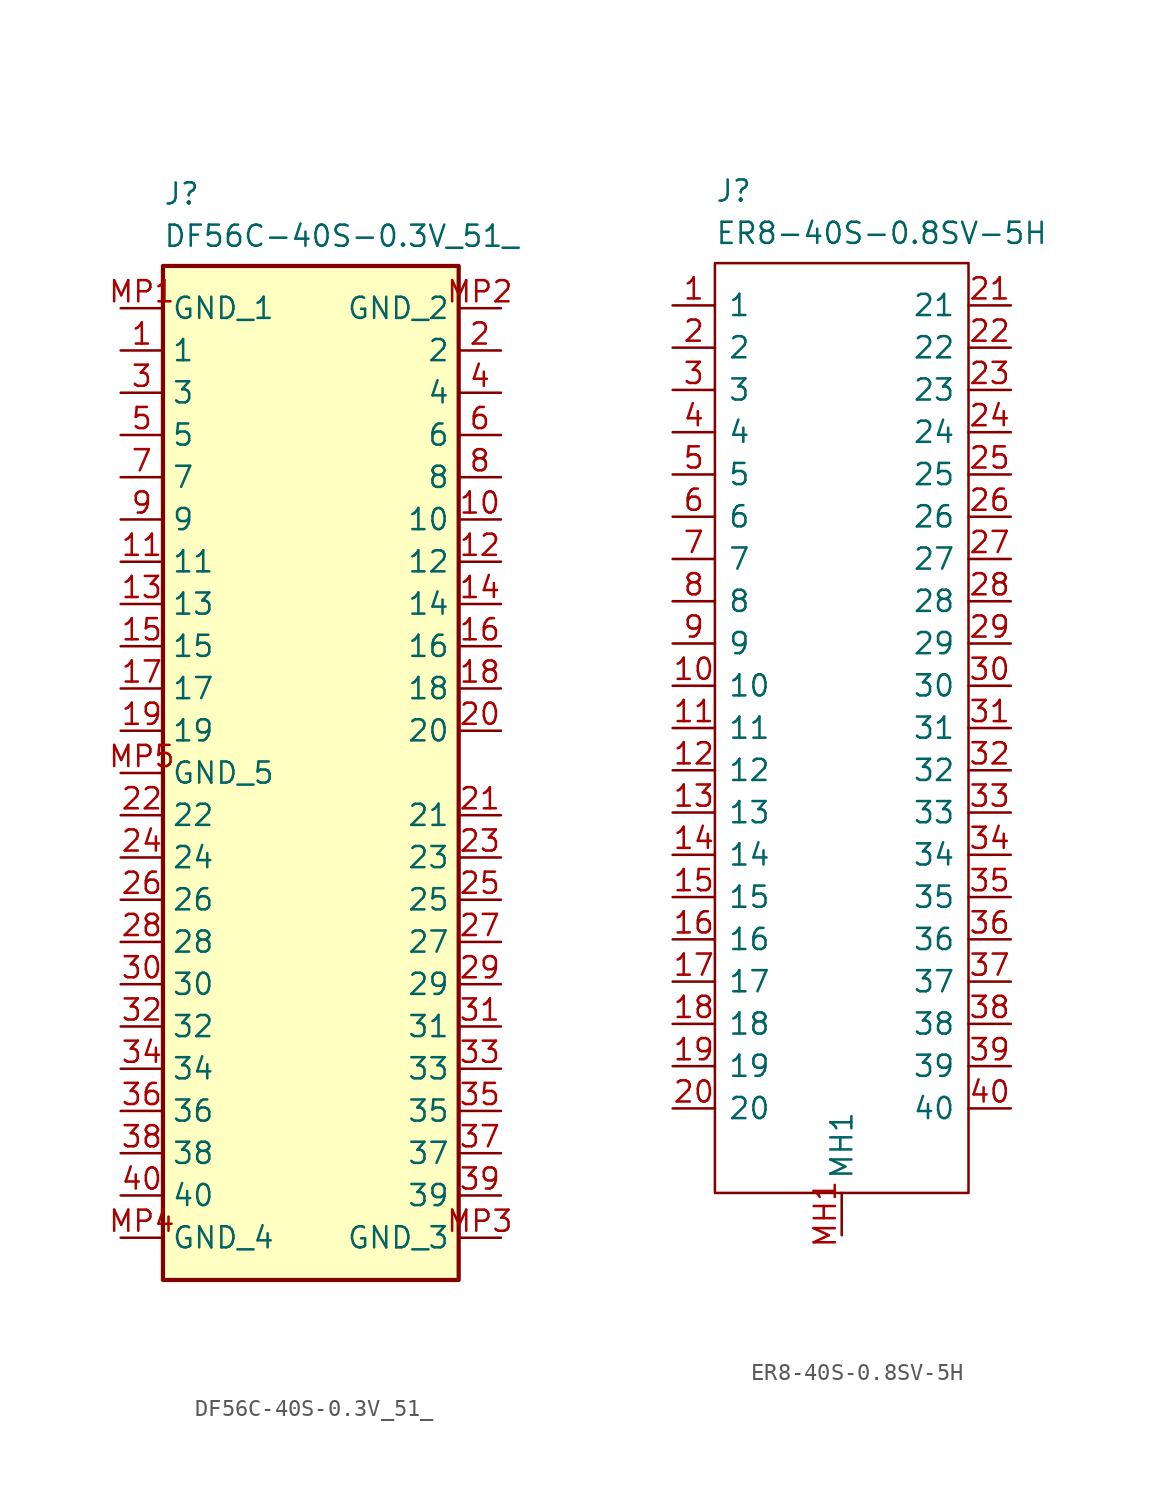
<source format=kicad_sym>
(kicad_symbol_lib
  (version 20241209)
  (generator "kicad_symbol_editor")
  (generator_version "9.0")
  (symbol "DF56C-40S-0.3V_51_"
    (property "Reference" "J"
      (at 2.54 7.62 0)
      (effects (font (size 1.27 1.27)) (justify left top)))
    (property "Value" "DF56C-40S-0.3V_51_"
      (at 2.54 5.08 0)
      (effects (font (size 1.27 1.27)) (justify left top)))
    (symbol "DF56C-40S-0.3V_51__1_1"
      (rectangle (start 2.54 2.54) (end 20.32 -58.42) (stroke (width 0.254) (type default)) (fill (type background)))
      (pin passive line (at 0 0 0) (length 2.54) (name "GND_1" (effects (font (size 1.27 1.27)))) (number "MP1" (effects (font (size 1.27 1.27)))))
      (pin passive line (at 0 -2.54 0) (length 2.54) (name "1" (effects (font (size 1.27 1.27)))) (number "1" (effects (font (size 1.27 1.27)))))
      (pin passive line (at 0 -5.08 0) (length 2.54) (name "3" (effects (font (size 1.27 1.27)))) (number "3" (effects (font (size 1.27 1.27)))))
      (pin passive line (at 0 -7.62 0) (length 2.54) (name "5" (effects (font (size 1.27 1.27)))) (number "5" (effects (font (size 1.27 1.27)))))
      (pin passive line (at 0 -10.16 0) (length 2.54) (name "7" (effects (font (size 1.27 1.27)))) (number "7" (effects (font (size 1.27 1.27)))))
      (pin passive line (at 0 -12.7 0) (length 2.54) (name "9" (effects (font (size 1.27 1.27)))) (number "9" (effects (font (size 1.27 1.27)))))
      (pin passive line (at 0 -15.24 0) (length 2.54) (name "11" (effects (font (size 1.27 1.27)))) (number "11" (effects (font (size 1.27 1.27)))))
      (pin passive line (at 0 -17.78 0) (length 2.54) (name "13" (effects (font (size 1.27 1.27)))) (number "13" (effects (font (size 1.27 1.27)))))
      (pin passive line (at 0 -20.32 0) (length 2.54) (name "15" (effects (font (size 1.27 1.27)))) (number "15" (effects (font (size 1.27 1.27)))))
      (pin passive line (at 0 -22.86 0) (length 2.54) (name "17" (effects (font (size 1.27 1.27)))) (number "17" (effects (font (size 1.27 1.27)))))
      (pin passive line (at 0 -25.4 0) (length 2.54) (name "19" (effects (font (size 1.27 1.27)))) (number "19" (effects (font (size 1.27 1.27)))))
      (pin passive line (at 0 -27.94 0) (length 2.54) (name "GND_5" (effects (font (size 1.27 1.27)))) (number "MP5" (effects (font (size 1.27 1.27)))))
      (pin passive line (at 0 -30.48 0) (length 2.54) (name "22" (effects (font (size 1.27 1.27)))) (number "22" (effects (font (size 1.27 1.27)))))
      (pin passive line (at 0 -33.02 0) (length 2.54) (name "24" (effects (font (size 1.27 1.27)))) (number "24" (effects (font (size 1.27 1.27)))))
      (pin passive line (at 0 -35.56 0) (length 2.54) (name "26" (effects (font (size 1.27 1.27)))) (number "26" (effects (font (size 1.27 1.27)))))
      (pin passive line (at 0 -38.1 0) (length 2.54) (name "28" (effects (font (size 1.27 1.27)))) (number "28" (effects (font (size 1.27 1.27)))))
      (pin passive line (at 0 -40.64 0) (length 2.54) (name "30" (effects (font (size 1.27 1.27)))) (number "30" (effects (font (size 1.27 1.27)))))
      (pin passive line (at 0 -43.18 0) (length 2.54) (name "32" (effects (font (size 1.27 1.27)))) (number "32" (effects (font (size 1.27 1.27)))))
      (pin passive line (at 0 -45.72 0) (length 2.54) (name "34" (effects (font (size 1.27 1.27)))) (number "34" (effects (font (size 1.27 1.27)))))
      (pin passive line (at 0 -48.26 0) (length 2.54) (name "36" (effects (font (size 1.27 1.27)))) (number "36" (effects (font (size 1.27 1.27)))))
      (pin passive line (at 0 -50.8 0) (length 2.54) (name "38" (effects (font (size 1.27 1.27)))) (number "38" (effects (font (size 1.27 1.27)))))
      (pin passive line (at 0 -53.34 0) (length 2.54) (name "40" (effects (font (size 1.27 1.27)))) (number "40" (effects (font (size 1.27 1.27)))))
      (pin passive line (at 0 -55.88 0) (length 2.54) (name "GND_4" (effects (font (size 1.27 1.27)))) (number "MP4" (effects (font (size 1.27 1.27)))))
      (pin passive line (at 22.86 0 180) (length 2.54) (name "GND_2" (effects (font (size 1.27 1.27)))) (number "MP2" (effects (font (size 1.27 1.27)))))
      (pin passive line (at 22.86 -2.54 180) (length 2.54) (name "2" (effects (font (size 1.27 1.27)))) (number "2" (effects (font (size 1.27 1.27)))))
      (pin passive line (at 22.86 -5.08 180) (length 2.54) (name "4" (effects (font (size 1.27 1.27)))) (number "4" (effects (font (size 1.27 1.27)))))
      (pin passive line (at 22.86 -7.62 180) (length 2.54) (name "6" (effects (font (size 1.27 1.27)))) (number "6" (effects (font (size 1.27 1.27)))))
      (pin passive line (at 22.86 -10.16 180) (length 2.54) (name "8" (effects (font (size 1.27 1.27)))) (number "8" (effects (font (size 1.27 1.27)))))
      (pin passive line (at 22.86 -12.7 180) (length 2.54) (name "10" (effects (font (size 1.27 1.27)))) (number "10" (effects (font (size 1.27 1.27)))))
      (pin passive line (at 22.86 -15.24 180) (length 2.54) (name "12" (effects (font (size 1.27 1.27)))) (number "12" (effects (font (size 1.27 1.27)))))
      (pin passive line (at 22.86 -17.78 180) (length 2.54) (name "14" (effects (font (size 1.27 1.27)))) (number "14" (effects (font (size 1.27 1.27)))))
      (pin passive line (at 22.86 -20.32 180) (length 2.54) (name "16" (effects (font (size 1.27 1.27)))) (number "16" (effects (font (size 1.27 1.27)))))
      (pin passive line (at 22.86 -22.86 180) (length 2.54) (name "18" (effects (font (size 1.27 1.27)))) (number "18" (effects (font (size 1.27 1.27)))))
      (pin passive line (at 22.86 -25.4 180) (length 2.54) (name "20" (effects (font (size 1.27 1.27)))) (number "20" (effects (font (size 1.27 1.27)))))
      (pin passive line (at 22.86 -30.48 180) (length 2.54) (name "21" (effects (font (size 1.27 1.27)))) (number "21" (effects (font (size 1.27 1.27)))))
      (pin passive line (at 22.86 -33.02 180) (length 2.54) (name "23" (effects (font (size 1.27 1.27)))) (number "23" (effects (font (size 1.27 1.27)))))
      (pin passive line (at 22.86 -35.56 180) (length 2.54) (name "25" (effects (font (size 1.27 1.27)))) (number "25" (effects (font (size 1.27 1.27)))))
      (pin passive line (at 22.86 -38.1 180) (length 2.54) (name "27" (effects (font (size 1.27 1.27)))) (number "27" (effects (font (size 1.27 1.27)))))
      (pin passive line (at 22.86 -40.64 180) (length 2.54) (name "29" (effects (font (size 1.27 1.27)))) (number "29" (effects (font (size 1.27 1.27)))))
      (pin passive line (at 22.86 -43.18 180) (length 2.54) (name "31" (effects (font (size 1.27 1.27)))) (number "31" (effects (font (size 1.27 1.27)))))
      (pin passive line (at 22.86 -45.72 180) (length 2.54) (name "33" (effects (font (size 1.27 1.27)))) (number "33" (effects (font (size 1.27 1.27)))))
      (pin passive line (at 22.86 -48.26 180) (length 2.54) (name "35" (effects (font (size 1.27 1.27)))) (number "35" (effects (font (size 1.27 1.27)))))
      (pin passive line (at 22.86 -50.8 180) (length 2.54) (name "37" (effects (font (size 1.27 1.27)))) (number "37" (effects (font (size 1.27 1.27)))))
      (pin passive line (at 22.86 -53.34 180) (length 2.54) (name "39" (effects (font (size 1.27 1.27)))) (number "39" (effects (font (size 1.27 1.27)))))
      (pin passive line (at 22.86 -55.88 180) (length 2.54) (name "GND_3" (effects (font (size 1.27 1.27)))) (number "MP3" (effects (font (size 1.27 1.27)))))))
  (symbol "ER8-40S-0.8SV-5H"
    (pin_names
      (offset 0.762))
    (property "Reference" "J"
      (at 2.54 7.62 0)
      (effects (font (size 1.27 1.27)) (justify left top)))
    (property "Value" "ER8-40S-0.8SV-5H"
      (at 2.54 5.08 0)
      (effects (font (size 1.27 1.27)) (justify left top)))
    (symbol "ER8-40S-0.8SV-5H_0_0"
      (pin passive line (at 0 0 0) (length 2.54) (name "1" (effects (font (size 1.27 1.27)))) (number "1" (effects (font (size 1.27 1.27)))))
      (pin passive line (at 0 -2.54 0) (length 2.54) (name "2" (effects (font (size 1.27 1.27)))) (number "2" (effects (font (size 1.27 1.27)))))
      (pin passive line (at 0 -5.08 0) (length 2.54) (name "3" (effects (font (size 1.27 1.27)))) (number "3" (effects (font (size 1.27 1.27)))))
      (pin passive line (at 0 -7.62 0) (length 2.54) (name "4" (effects (font (size 1.27 1.27)))) (number "4" (effects (font (size 1.27 1.27)))))
      (pin passive line (at 0 -10.16 0) (length 2.54) (name "5" (effects (font (size 1.27 1.27)))) (number "5" (effects (font (size 1.27 1.27)))))
      (pin passive line (at 0 -12.7 0) (length 2.54) (name "6" (effects (font (size 1.27 1.27)))) (number "6" (effects (font (size 1.27 1.27)))))
      (pin passive line (at 0 -15.24 0) (length 2.54) (name "7" (effects (font (size 1.27 1.27)))) (number "7" (effects (font (size 1.27 1.27)))))
      (pin passive line (at 0 -17.78 0) (length 2.54) (name "8" (effects (font (size 1.27 1.27)))) (number "8" (effects (font (size 1.27 1.27)))))
      (pin passive line (at 0 -20.32 0) (length 2.54) (name "9" (effects (font (size 1.27 1.27)))) (number "9" (effects (font (size 1.27 1.27)))))
      (pin passive line (at 0 -22.86 0) (length 2.54) (name "10" (effects (font (size 1.27 1.27)))) (number "10" (effects (font (size 1.27 1.27)))))
      (pin passive line (at 0 -25.4 0) (length 2.54) (name "11" (effects (font (size 1.27 1.27)))) (number "11" (effects (font (size 1.27 1.27)))))
      (pin passive line (at 0 -27.94 0) (length 2.54) (name "12" (effects (font (size 1.27 1.27)))) (number "12" (effects (font (size 1.27 1.27)))))
      (pin passive line (at 0 -30.48 0) (length 2.54) (name "13" (effects (font (size 1.27 1.27)))) (number "13" (effects (font (size 1.27 1.27)))))
      (pin passive line (at 0 -33.02 0) (length 2.54) (name "14" (effects (font (size 1.27 1.27)))) (number "14" (effects (font (size 1.27 1.27)))))
      (pin passive line (at 0 -35.56 0) (length 2.54) (name "15" (effects (font (size 1.27 1.27)))) (number "15" (effects (font (size 1.27 1.27)))))
      (pin passive line (at 0 -38.1 0) (length 2.54) (name "16" (effects (font (size 1.27 1.27)))) (number "16" (effects (font (size 1.27 1.27)))))
      (pin passive line (at 0 -40.64 0) (length 2.54) (name "17" (effects (font (size 1.27 1.27)))) (number "17" (effects (font (size 1.27 1.27)))))
      (pin passive line (at 0 -43.18 0) (length 2.54) (name "18" (effects (font (size 1.27 1.27)))) (number "18" (effects (font (size 1.27 1.27)))))
      (pin passive line (at 0 -45.72 0) (length 2.54) (name "19" (effects (font (size 1.27 1.27)))) (number "19" (effects (font (size 1.27 1.27)))))
      (pin passive line (at 0 -48.26 0) (length 2.54) (name "20" (effects (font (size 1.27 1.27)))) (number "20" (effects (font (size 1.27 1.27)))))
      (pin passive line (at 10.16 -55.88 90) (length 2.54) (name "MH1" (effects (font (size 1.27 1.27)))) (number "MH1" (effects (font (size 1.27 1.27)))))
      (pin passive line (at 10.16 -55.88 90) (length 2.54) (hide yes) (name "MH2" (effects (font (size 1.27 1.27)))) (number "MH2" (effects (font (size 1.27 1.27)))))
      (pin passive line (at 20.32 0 180) (length 2.54) (name "21" (effects (font (size 1.27 1.27)))) (number "21" (effects (font (size 1.27 1.27)))))
      (pin passive line (at 20.32 -2.54 180) (length 2.54) (name "22" (effects (font (size 1.27 1.27)))) (number "22" (effects (font (size 1.27 1.27)))))
      (pin passive line (at 20.32 -5.08 180) (length 2.54) (name "23" (effects (font (size 1.27 1.27)))) (number "23" (effects (font (size 1.27 1.27)))))
      (pin passive line (at 20.32 -7.62 180) (length 2.54) (name "24" (effects (font (size 1.27 1.27)))) (number "24" (effects (font (size 1.27 1.27)))))
      (pin passive line (at 20.32 -10.16 180) (length 2.54) (name "25" (effects (font (size 1.27 1.27)))) (number "25" (effects (font (size 1.27 1.27)))))
      (pin passive line (at 20.32 -12.7 180) (length 2.54) (name "26" (effects (font (size 1.27 1.27)))) (number "26" (effects (font (size 1.27 1.27)))))
      (pin passive line (at 20.32 -15.24 180) (length 2.54) (name "27" (effects (font (size 1.27 1.27)))) (number "27" (effects (font (size 1.27 1.27)))))
      (pin passive line (at 20.32 -17.78 180) (length 2.54) (name "28" (effects (font (size 1.27 1.27)))) (number "28" (effects (font (size 1.27 1.27)))))
      (pin passive line (at 20.32 -20.32 180) (length 2.54) (name "29" (effects (font (size 1.27 1.27)))) (number "29" (effects (font (size 1.27 1.27)))))
      (pin passive line (at 20.32 -22.86 180) (length 2.54) (name "30" (effects (font (size 1.27 1.27)))) (number "30" (effects (font (size 1.27 1.27)))))
      (pin passive line (at 20.32 -25.4 180) (length 2.54) (name "31" (effects (font (size 1.27 1.27)))) (number "31" (effects (font (size 1.27 1.27)))))
      (pin passive line (at 20.32 -27.94 180) (length 2.54) (name "32" (effects (font (size 1.27 1.27)))) (number "32" (effects (font (size 1.27 1.27)))))
      (pin passive line (at 20.32 -30.48 180) (length 2.54) (name "33" (effects (font (size 1.27 1.27)))) (number "33" (effects (font (size 1.27 1.27)))))
      (pin passive line (at 20.32 -33.02 180) (length 2.54) (name "34" (effects (font (size 1.27 1.27)))) (number "34" (effects (font (size 1.27 1.27)))))
      (pin passive line (at 20.32 -35.56 180) (length 2.54) (name "35" (effects (font (size 1.27 1.27)))) (number "35" (effects (font (size 1.27 1.27)))))
      (pin passive line (at 20.32 -38.1 180) (length 2.54) (name "36" (effects (font (size 1.27 1.27)))) (number "36" (effects (font (size 1.27 1.27)))))
      (pin passive line (at 20.32 -40.64 180) (length 2.54) (name "37" (effects (font (size 1.27 1.27)))) (number "37" (effects (font (size 1.27 1.27)))))
      (pin passive line (at 20.32 -43.18 180) (length 2.54) (name "38" (effects (font (size 1.27 1.27)))) (number "38" (effects (font (size 1.27 1.27)))))
      (pin passive line (at 20.32 -45.72 180) (length 2.54) (name "39" (effects (font (size 1.27 1.27)))) (number "39" (effects (font (size 1.27 1.27)))))
      (pin passive line (at 20.32 -48.26 180) (length 2.54) (name "40" (effects (font (size 1.27 1.27)))) (number "40" (effects (font (size 1.27 1.27))))))
    (symbol "ER8-40S-0.8SV-5H_0_1"
      (polyline (pts (xy 2.54 -53.34) (xy 2.54 2.54) (xy 17.78 2.54) (xy 17.78 -53.34) (xy 2.54 -53.34)) (stroke (width 0.152) (type default)) (fill (type none))))))
</source>
